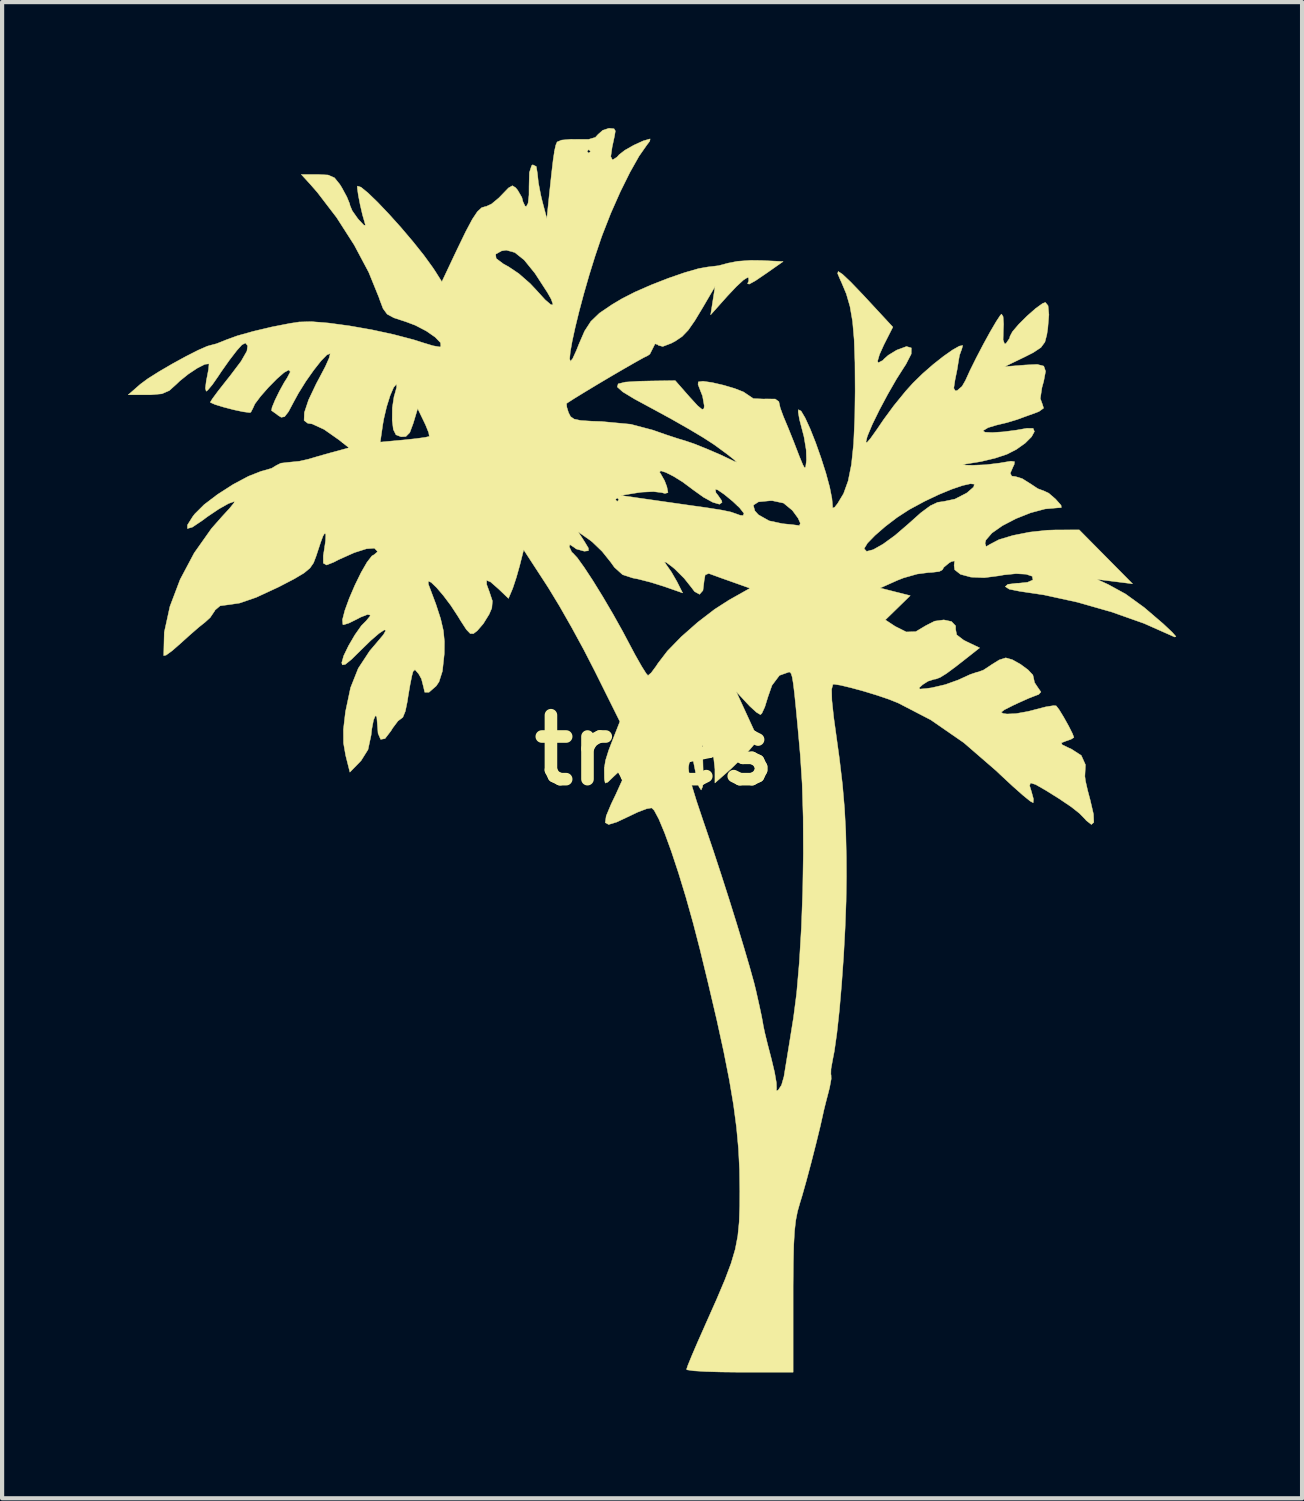
<source format=kicad_pcb>
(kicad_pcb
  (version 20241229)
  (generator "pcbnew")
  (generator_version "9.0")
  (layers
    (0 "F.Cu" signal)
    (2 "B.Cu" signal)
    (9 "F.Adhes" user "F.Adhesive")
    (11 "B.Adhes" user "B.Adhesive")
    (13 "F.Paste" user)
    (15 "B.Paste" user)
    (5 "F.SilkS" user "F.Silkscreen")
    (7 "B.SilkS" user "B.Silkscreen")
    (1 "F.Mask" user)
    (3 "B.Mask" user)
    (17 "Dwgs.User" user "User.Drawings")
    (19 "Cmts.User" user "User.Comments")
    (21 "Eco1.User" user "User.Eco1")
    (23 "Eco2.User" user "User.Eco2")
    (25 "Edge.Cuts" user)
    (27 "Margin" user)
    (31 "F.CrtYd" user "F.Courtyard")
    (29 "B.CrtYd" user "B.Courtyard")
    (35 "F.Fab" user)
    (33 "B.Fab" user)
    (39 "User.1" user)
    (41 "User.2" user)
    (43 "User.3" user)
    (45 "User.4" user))
  (footprint "trees"
    (layer "F.Cu")
    (at 12.542 14.822)
    (property "Reference" "trees" (at 0 0 0) (layer "F.SilkS") (effects (font (size 1.524 1.524) (thickness 0.3))))
    (attr through_hole)
    (fp_poly (pts (xy -0.964 -14.805) (xy -0.933 -14.753) (xy -0.952 -14.636) (xy -0.997 -14.426) (xy -1.009 -14.372) (xy -1.042 -14.143) (xy -1.002 -14.061) (xy -0.893 -14.13) (xy -0.843 -14.187) (xy -0.708 -14.292) (xy -0.493 -14.414) (xy -0.27 -14.516) (xy -0.11 -14.562) (xy -0.104 -14.563) (xy -0.114 -14.509) (xy -0.185 -14.415) (xy -0.368 -14.153) (xy -0.584 -13.77) (xy -0.815 -13.304) (xy -1.041 -12.794) (xy -1.243 -12.278) (xy -1.272 -12.197) (xy -1.419 -11.761) (xy -1.558 -11.314) (xy -1.685 -10.872) (xy -1.797 -10.452) (xy -1.89 -10.071) (xy -1.961 -9.745) (xy -2.006 -9.491) (xy -2.022 -9.325) (xy -2.005 -9.264) (xy -1.952 -9.325) (xy -1.86 -9.525) (xy -1.798 -9.681) (xy -1.666 -9.985) (xy -1.516 -10.216) (xy -1.31 -10.414) (xy -1.009 -10.618) (xy -0.775 -10.757) (xy -0.466 -10.915) (xy -0.085 -11.082) (xy 0.324 -11.242) (xy 0.717 -11.378) (xy 1.05 -11.474) (xy 1.278 -11.514) (xy 1.293 -11.515) (xy 1.526 -11.543) (xy 1.754 -11.604) (xy 1.979 -11.648) (xy 2.292 -11.67) (xy 2.537 -11.667) (xy 3.064 -11.642) (xy 2.672 -11.367) (xy 2.403 -11.184) (xy 2.255 -11.103) (xy 2.216 -11.117) (xy 2.244 -11.176) (xy 2.241 -11.254) (xy 2.213 -11.261) (xy 2.119 -11.202) (xy 1.951 -11.047) (xy 1.744 -10.828) (xy 1.733 -10.816) (xy 1.337 -10.372) (xy 1.39 -10.71) (xy 1.443 -11.049) (xy 1.166 -10.575) (xy 0.961 -10.234) (xy 0.802 -10.006) (xy 0.658 -9.856) (xy 0.497 -9.747) (xy 0.399 -9.695) (xy 0.197 -9.618) (xy 0.091 -9.646) (xy 0.078 -9.662) (xy 0.013 -9.682) (xy -0.039 -9.579) (xy -0.111 -9.436) (xy -0.165 -9.398) (xy -0.251 -9.357) (xy -0.447 -9.248) (xy -0.721 -9.091) (xy -1.038 -8.906) (xy -1.365 -8.712) (xy -1.668 -8.529) (xy -1.914 -8.378) (xy -2.068 -8.279) (xy -2.097 -8.257) (xy -2.089 -8.173) (xy -2.049 -8.043) (xy -2 -7.948) (xy -1.916 -7.889) (xy -1.759 -7.855) (xy -1.492 -7.838) (xy -1.264 -7.831) (xy -0.569 -7.766) (xy -0.042 -7.627) (xy 0.272 -7.517) (xy 0.561 -7.422) (xy 0.72 -7.375) (xy 0.936 -7.302) (xy 1.239 -7.181) (xy 1.565 -7.041) (xy 1.848 -6.907) (xy 1.905 -6.878) (xy 1.958 -6.861) (xy 1.892 -6.926) (xy 1.727 -7.056) (xy 1.483 -7.235) (xy 1.397 -7.296) (xy 1.157 -7.451) (xy 0.812 -7.657) (xy 0.406 -7.888) (xy -0.016 -8.118) (xy -0.042 -8.132) (xy -0.475 -8.366) (xy -0.757 -8.537) (xy -0.887 -8.654) (xy -0.866 -8.728) (xy -0.695 -8.77) (xy -0.375 -8.79) (xy -0.071 -8.797) (xy 0.494 -8.805) (xy 0.839 -8.412) (xy 1.028 -8.206) (xy 1.134 -8.119) (xy 1.178 -8.137) (xy 1.185 -8.206) (xy 1.144 -8.438) (xy 1.094 -8.564) (xy 1.037 -8.713) (xy 1.043 -8.775) (xy 1.155 -8.79) (xy 1.372 -8.759) (xy 1.641 -8.697) (xy 1.908 -8.618) (xy 2.12 -8.535) (xy 2.221 -8.467) (xy 2.355 -8.377) (xy 2.61 -8.366) (xy 2.633 -8.368) (xy 2.875 -8.367) (xy 2.963 -8.304) (xy 2.963 -8.298) (xy 2.995 -8.155) (xy 3.072 -7.945) (xy 3.079 -7.929) (xy 3.188 -7.669) (xy 3.307 -7.372) (xy 3.326 -7.324) (xy 3.454 -6.992) (xy 3.534 -6.799) (xy 3.577 -6.724) (xy 3.6 -6.749) (xy 3.614 -6.856) (xy 3.62 -6.916) (xy 3.613 -7.155) (xy 3.562 -7.463) (xy 3.519 -7.629) (xy 3.453 -7.881) (xy 3.423 -8.059) (xy 3.428 -8.113) (xy 3.492 -8.08) (xy 3.589 -7.916) (xy 3.709 -7.653) (xy 3.839 -7.325) (xy 3.967 -6.963) (xy 4.083 -6.6) (xy 4.173 -6.267) (xy 4.226 -5.998) (xy 4.236 -5.888) (xy 4.245 -5.768) (xy 4.293 -5.79) (xy 4.361 -5.876) (xy 4.504 -6.114) (xy 4.613 -6.416) (xy 4.691 -6.805) (xy 4.743 -7.302) (xy 4.771 -7.928) (xy 4.779 -8.551) (xy 4.775 -9.236) (xy 4.756 -9.781) (xy 4.718 -10.216) (xy 4.657 -10.57) (xy 4.569 -10.873) (xy 4.451 -11.154) (xy 4.43 -11.197) (xy 4.362 -11.357) (xy 4.376 -11.406) (xy 4.478 -11.339) (xy 4.675 -11.153) (xy 4.972 -10.843) (xy 5.062 -10.746) (xy 5.678 -10.081) (xy 5.462 -9.655) (xy 5.359 -9.426) (xy 5.314 -9.271) (xy 5.328 -9.229) (xy 5.444 -9.29) (xy 5.461 -9.314) (xy 5.568 -9.409) (xy 5.756 -9.524) (xy 5.772 -9.533) (xy 6.002 -9.618) (xy 6.118 -9.584) (xy 6.115 -9.439) (xy 5.989 -9.194) (xy 5.947 -9.13) (xy 5.761 -8.837) (xy 5.555 -8.478) (xy 5.355 -8.103) (xy 5.188 -7.762) (xy 5.079 -7.502) (xy 5.064 -7.459) (xy 5.037 -7.344) (xy 5.06 -7.329) (xy 5.144 -7.425) (xy 5.299 -7.643) (xy 5.456 -7.874) (xy 5.7 -8.206) (xy 5.986 -8.557) (xy 6.157 -8.746) (xy 6.389 -8.973) (xy 6.64 -9.192) (xy 6.885 -9.385) (xy 7.1 -9.536) (xy 7.261 -9.627) (xy 7.342 -9.642) (xy 7.321 -9.562) (xy 7.266 -9.41) (xy 7.244 -9.287) (xy 7.21 -9.073) (xy 7.158 -8.817) (xy 7.158 -8.816) (xy 7.129 -8.625) (xy 7.164 -8.562) (xy 7.209 -8.568) (xy 7.326 -8.668) (xy 7.408 -8.81) (xy 7.517 -9.05) (xy 7.665 -9.348) (xy 7.831 -9.666) (xy 7.995 -9.965) (xy 8.138 -10.209) (xy 8.237 -10.36) (xy 8.267 -10.39) (xy 8.304 -10.33) (xy 8.316 -10.149) (xy 8.31 -10.022) (xy 8.304 -9.775) (xy 8.339 -9.681) (xy 8.373 -9.689) (xy 8.461 -9.818) (xy 8.467 -9.858) (xy 8.526 -9.97) (xy 8.676 -10.146) (xy 8.875 -10.344) (xy 9.078 -10.523) (xy 9.243 -10.642) (xy 9.311 -10.668) (xy 9.375 -10.59) (xy 9.395 -10.375) (xy 9.368 -10.047) (xy 9.346 -9.901) (xy 9.3 -9.724) (xy 9.205 -9.594) (xy 9.021 -9.472) (xy 8.818 -9.369) (xy 8.34 -9.138) (xy 8.826 -9.177) (xy 9.118 -9.191) (xy 9.273 -9.151) (xy 9.316 -9.028) (xy 9.271 -8.789) (xy 9.23 -8.642) (xy 9.19 -8.379) (xy 9.24 -8.242) (xy 9.269 -8.149) (xy 9.16 -8.07) (xy 9.09 -8.042) (xy 8.832 -7.949) (xy 8.636 -7.877) (xy 8.394 -7.804) (xy 8.15 -7.746) (xy 7.947 -7.685) (xy 7.828 -7.613) (xy 7.825 -7.61) (xy 7.872 -7.576) (xy 8.047 -7.568) (xy 8.309 -7.585) (xy 8.618 -7.625) (xy 8.869 -7.669) (xy 9.019 -7.668) (xy 9.05 -7.592) (xy 8.982 -7.467) (xy 8.831 -7.316) (xy 8.619 -7.165) (xy 8.396 -7.051) (xy 8.116 -6.958) (xy 7.781 -6.878) (xy 7.662 -6.858) (xy 7.422 -6.82) (xy 7.341 -6.801) (xy 7.411 -6.792) (xy 7.578 -6.788) (xy 7.895 -6.801) (xy 8.23 -6.842) (xy 8.273 -6.85) (xy 8.491 -6.886) (xy 8.577 -6.874) (xy 8.567 -6.804) (xy 8.548 -6.767) (xy 8.475 -6.599) (xy 8.509 -6.53) (xy 8.601 -6.519) (xy 8.76 -6.47) (xy 8.951 -6.35) (xy 8.952 -6.35) (xy 9.131 -6.231) (xy 9.266 -6.181) (xy 9.268 -6.181) (xy 9.39 -6.124) (xy 9.552 -5.985) (xy 9.563 -5.973) (xy 9.685 -5.835) (xy 9.691 -5.78) (xy 9.599 -5.774) (xy 9.303 -5.748) (xy 8.96 -5.656) (xy 8.61 -5.517) (xy 8.289 -5.35) (xy 8.038 -5.174) (xy 7.894 -5.007) (xy 7.874 -4.933) (xy 7.899 -4.851) (xy 7.996 -4.907) (xy 8.208 -5.018) (xy 8.539 -5.117) (xy 8.938 -5.196) (xy 9.355 -5.241) (xy 9.567 -5.248) (xy 10.118 -5.249) (xy 10.753 -4.607) (xy 11.388 -3.965) (xy 10.541 -4.071) (xy 10.812 -3.946) (xy 11.222 -3.721) (xy 11.665 -3.4) (xy 12.115 -3.015) (xy 12.331 -2.812) (xy 12.422 -2.709) (xy 12.391 -2.697) (xy 12.319 -2.729) (xy 11.661 -3.021) (xy 10.894 -3.292) (xy 10.079 -3.525) (xy 9.278 -3.7) (xy 8.701 -3.786) (xy 8.451 -3.836) (xy 8.356 -3.898) (xy 8.417 -3.952) (xy 8.638 -3.979) (xy 8.678 -3.979) (xy 8.887 -4.001) (xy 9.011 -4.055) (xy 9.015 -4.062) (xy 8.998 -4.144) (xy 8.851 -4.193) (xy 8.612 -4.206) (xy 8.316 -4.176) (xy 8.209 -4.156) (xy 7.854 -4.11) (xy 7.536 -4.124) (xy 7.29 -4.19) (xy 7.151 -4.299) (xy 7.137 -4.403) (xy 7.149 -4.511) (xy 7.07 -4.493) (xy 7.018 -4.462) (xy 6.891 -4.357) (xy 6.858 -4.298) (xy 6.783 -4.257) (xy 6.596 -4.235) (xy 6.53 -4.233) (xy 6.255 -4.197) (xy 5.932 -4.105) (xy 5.789 -4.049) (xy 5.376 -3.864) (xy 5.734 -3.773) (xy 6.092 -3.683) (xy 5.796 -3.394) (xy 5.499 -3.105) (xy 5.734 -2.95) (xy 5.998 -2.818) (xy 6.223 -2.825) (xy 6.466 -2.97) (xy 6.673 -3.075) (xy 6.892 -3.105) (xy 7.075 -3.066) (xy 7.173 -2.963) (xy 7.173 -2.881) (xy 7.199 -2.749) (xy 7.365 -2.622) (xy 7.439 -2.585) (xy 7.745 -2.439) (xy 7.515 -2.257) (xy 7.183 -1.997) (xy 6.955 -1.828) (xy 6.803 -1.734) (xy 6.703 -1.696) (xy 6.67 -1.693) (xy 6.515 -1.644) (xy 6.387 -1.562) (xy 6.302 -1.485) (xy 6.323 -1.457) (xy 6.475 -1.47) (xy 6.604 -1.488) (xy 6.926 -1.563) (xy 7.241 -1.676) (xy 7.299 -1.703) (xy 7.519 -1.804) (xy 7.682 -1.859) (xy 7.709 -1.863) (xy 7.838 -1.911) (xy 8.016 -2.028) (xy 8.02 -2.032) (xy 8.211 -2.151) (xy 8.367 -2.201) (xy 8.367 -2.201) (xy 8.523 -2.157) (xy 8.717 -2.049) (xy 8.898 -1.915) (xy 9.013 -1.792) (xy 9.027 -1.736) (xy 9.053 -1.612) (xy 9.124 -1.505) (xy 9.205 -1.388) (xy 9.152 -1.329) (xy 9.092 -1.307) (xy 8.922 -1.241) (xy 8.676 -1.131) (xy 8.551 -1.073) (xy 8.335 -0.964) (xy 8.257 -0.905) (xy 8.304 -0.876) (xy 8.397 -0.863) (xy 8.609 -0.872) (xy 8.898 -0.924) (xy 9.064 -0.967) (xy 9.32 -1.033) (xy 9.508 -1.063) (xy 9.569 -1.057) (xy 9.637 -0.969) (xy 9.747 -0.789) (xy 9.865 -0.578) (xy 9.957 -0.395) (xy 9.991 -0.304) (xy 9.921 -0.26) (xy 9.8 -0.218) (xy 9.694 -0.177) (xy 9.709 -0.132) (xy 9.862 -0.058) (xy 9.927 -0.03) (xy 10.166 0.124) (xy 10.266 0.346) (xy 10.252 0.621) (xy 10.267 0.734) (xy 10.318 0.958) (xy 10.381 1.195) (xy 10.457 1.523) (xy 10.465 1.718) (xy 10.407 1.77) (xy 10.285 1.674) (xy 10.26 1.644) (xy 10.126 1.506) (xy 9.929 1.35) (xy 9.637 1.153) (xy 9.322 0.956) (xy 9.081 0.818) (xy 8.959 0.779) (xy 8.935 0.842) (xy 8.979 0.985) (xy 9.027 1.161) (xy 9.021 1.252) (xy 8.948 1.212) (xy 8.778 1.074) (xy 8.533 0.857) (xy 8.237 0.582) (xy 8.144 0.493) (xy 7.369 -0.178) (xy 6.581 -0.723) (xy 5.805 -1.125) (xy 5.585 -1.213) (xy 5.305 -1.308) (xy 4.991 -1.404) (xy 4.687 -1.487) (xy 4.434 -1.548) (xy 4.278 -1.573) (xy 4.25 -1.569) (xy 4.219 -1.451) (xy 4.225 -1.191) (xy 4.269 -0.78) (xy 4.301 -0.55) (xy 4.403 0.189) (xy 4.477 0.815) (xy 4.526 1.382) (xy 4.556 1.941) (xy 4.57 2.547) (xy 4.572 3.013) (xy 4.564 3.597) (xy 4.54 4.241) (xy 4.504 4.911) (xy 4.457 5.573) (xy 4.404 6.193) (xy 4.345 6.735) (xy 4.284 7.167) (xy 4.242 7.383) (xy 4.204 7.594) (xy 4.201 7.723) (xy 4.206 7.734) (xy 4.209 7.831) (xy 4.172 8.032) (xy 4.145 8.14) (xy 4.079 8.394) (xy 4.03 8.592) (xy 4.021 8.636) (xy 3.951 8.949) (xy 3.85 9.363) (xy 3.734 9.819) (xy 3.616 10.261) (xy 3.512 10.629) (xy 3.463 10.788) (xy 3.407 10.985) (xy 3.365 11.198) (xy 3.336 11.454) (xy 3.317 11.783) (xy 3.307 12.211) (xy 3.302 12.769) (xy 3.302 13.053) (xy 3.302 14.817) (xy 2.032 14.817) (xy 1.59 14.812) (xy 1.215 14.801) (xy 0.936 14.784) (xy 0.783 14.762) (xy 0.762 14.75) (xy 0.795 14.652) (xy 0.885 14.431) (xy 1.019 14.118) (xy 1.185 13.744) (xy 1.217 13.671) (xy 1.48 13.08) (xy 1.679 12.609) (xy 1.824 12.223) (xy 1.923 11.888) (xy 1.984 11.571) (xy 2.017 11.239) (xy 2.03 10.856) (xy 2.032 10.503) (xy 2.025 9.99) (xy 2 9.492) (xy 1.953 8.985) (xy 1.882 8.447) (xy 1.782 7.855) (xy 1.65 7.186) (xy 1.482 6.418) (xy 1.273 5.527) (xy 1.082 4.741) (xy 0.92 4.115) (xy 0.748 3.502) (xy 0.572 2.926) (xy 0.401 2.409) (xy 0.242 1.973) (xy 0.103 1.64) (xy -0.008 1.433) (xy -0.068 1.374) (xy -0.187 1.394) (xy -0.4 1.475) (xy -0.583 1.562) (xy -0.898 1.711) (xy -1.092 1.77) (xy -1.174 1.726) (xy -1.151 1.566) (xy -1.031 1.279) (xy -0.919 1.046) (xy -0.768 0.712) (xy -0.71 0.514) (xy -0.744 0.453) (xy -0.871 0.531) (xy -0.969 0.622) (xy -1.112 0.76) (xy -1.174 0.783) (xy -1.193 0.695) (xy -1.195 0.652) (xy -1.197 0.438) (xy -1.194 0.414) (xy 0.807 0.414) (xy 0.826 0.585) (xy 0.888 0.842) (xy 1 1.208) (xy 1.166 1.703) (xy 1.225 1.875) (xy 1.397 2.382) (xy 1.584 2.951) (xy 1.775 3.546) (xy 1.959 4.136) (xy 2.126 4.687) (xy 2.267 5.167) (xy 2.371 5.541) (xy 2.414 5.715) (xy 2.498 6.09) (xy 2.552 6.343) (xy 2.584 6.517) (xy 2.591 6.562) (xy 2.625 6.724) (xy 2.691 6.994) (xy 2.775 7.318) (xy 2.786 7.36) (xy 2.86 7.671) (xy 2.903 7.92) (xy 2.908 8.061) (xy 2.903 8.072) (xy 2.909 8.113) (xy 2.947 8.096) (xy 3.025 7.978) (xy 3.084 7.773) (xy 3.085 7.765) (xy 3.115 7.579) (xy 3.166 7.268) (xy 3.23 6.873) (xy 3.3 6.436) (xy 3.308 6.392) (xy 3.386 5.786) (xy 3.45 5.05) (xy 3.499 4.223) (xy 3.531 3.345) (xy 3.545 2.455) (xy 3.541 1.592) (xy 3.517 0.796) (xy 3.472 0.105) (xy 3.47 0.085) (xy 3.414 -0.538) (xy 3.369 -1.011) (xy 3.334 -1.357) (xy 3.305 -1.594) (xy 3.28 -1.743) (xy 3.255 -1.824) (xy 3.229 -1.857) (xy 3.204 -1.863) (xy 2.976 -1.782) (xy 2.798 -1.545) (xy 2.702 -1.271) (xy 2.628 -1.032) (xy 2.557 -0.878) (xy 2.523 -0.847) (xy 2.428 -0.904) (xy 2.27 -1.048) (xy 2.2 -1.122) (xy 1.946 -1.397) (xy 2.209 -0.826) (xy 2.471 -0.255) (xy 2.264 -0.009) (xy 2.067 0.205) (xy 1.824 0.44) (xy 1.748 0.508) (xy 1.439 0.78) (xy 1.439 0.451) (xy 1.41 0.19) (xy 1.337 -0.022) (xy 1.323 -0.045) (xy 1.207 -0.253) (xy 1.158 -0.381) (xy 1.141 -0.377) (xy 1.136 -0.231) (xy 1.142 0.029) (xy 1.152 0.254) (xy 1.162 0.632) (xy 1.147 0.865) (xy 1.111 0.947) (xy 1.06 0.874) (xy 0.998 0.639) (xy 0.966 0.467) (xy 0.925 0.263) (xy 0.889 0.207) (xy 0.839 0.28) (xy 0.826 0.308) (xy 0.807 0.414) (xy -1.194 0.414) (xy -1.167 0.243) (xy -1.092 0.002) (xy -1.001 -0.235) (xy -0.825 -0.683) (xy -1.423 -1.886) (xy -1.682 -2.39) (xy -1.972 -2.923) (xy -2.261 -3.43) (xy -2.518 -3.853) (xy -2.569 -3.933) (xy -3.117 -4.775) (xy -3.212 -4.398) (xy -3.291 -4.118) (xy -3.371 -3.875) (xy -3.393 -3.819) (xy -3.479 -3.616) (xy -3.713 -3.84) (xy -3.907 -4.01) (xy -4 -4.047) (xy -3.999 -3.95) (xy -3.935 -3.776) (xy -3.862 -3.556) (xy -3.876 -3.386) (xy -3.939 -3.239) (xy -4.079 -3.013) (xy -4.224 -2.845) (xy -4.314 -2.777) (xy -4.39 -2.779) (xy -4.482 -2.875) (xy -4.619 -3.086) (xy -4.683 -3.191) (xy -4.852 -3.449) (xy -5.029 -3.684) (xy -5.191 -3.874) (xy -5.319 -3.997) (xy -5.391 -4.031) (xy -5.386 -3.953) (xy -5.38 -3.937) (xy -5.208 -3.479) (xy -5.095 -3.131) (xy -5.03 -2.85) (xy -5.005 -2.592) (xy -5.008 -2.312) (xy -5.011 -2.271) (xy -5.053 -1.883) (xy -5.134 -1.629) (xy -5.201 -1.53) (xy -5.372 -1.381) (xy -5.474 -1.381) (xy -5.503 -1.508) (xy -5.552 -1.699) (xy -5.618 -1.818) (xy -5.706 -1.919) (xy -5.752 -1.877) (xy -5.781 -1.77) (xy -5.823 -1.561) (xy -5.871 -1.277) (xy -5.888 -1.164) (xy -5.936 -0.93) (xy -5.995 -0.785) (xy -6.024 -0.762) (xy -6.112 -0.696) (xy -6.237 -0.529) (xy -6.28 -0.459) (xy -6.42 -0.277) (xy -6.524 -0.258) (xy -6.586 -0.401) (xy -6.603 -0.628) (xy -6.617 -0.799) (xy -6.651 -0.822) (xy -6.694 -0.718) (xy -6.735 -0.505) (xy -6.751 -0.361) (xy -6.825 -0.015) (xy -6.99 0.248) (xy -7.023 0.283) (xy -7.257 0.523) (xy -7.358 0.123) (xy -7.409 -0.171) (xy -7.411 -0.493) (xy -7.363 -0.908) (xy -7.361 -0.921) (xy -7.241 -1.489) (xy -7.058 -1.95) (xy -6.786 -2.364) (xy -6.633 -2.544) (xy -6.458 -2.752) (xy -6.398 -2.858) (xy -6.438 -2.866) (xy -6.563 -2.783) (xy -6.757 -2.616) (xy -6.981 -2.398) (xy -7.22 -2.163) (xy -7.366 -2.045) (xy -7.437 -2.033) (xy -7.451 -2.085) (xy -7.405 -2.249) (xy -7.289 -2.489) (xy -7.138 -2.747) (xy -6.984 -2.966) (xy -6.866 -3.085) (xy -6.779 -3.191) (xy -6.773 -3.221) (xy -6.838 -3.233) (xy -6.999 -3.17) (xy -7.08 -3.127) (xy -7.278 -3.029) (xy -7.406 -2.989) (xy -7.424 -2.993) (xy -7.434 -3.109) (xy -7.377 -3.33) (xy -7.272 -3.619) (xy -7.137 -3.933) (xy -6.99 -4.233) (xy -6.849 -4.478) (xy -6.732 -4.629) (xy -6.681 -4.657) (xy -6.606 -4.721) (xy -6.604 -4.741) (xy -6.672 -4.813) (xy -6.862 -4.799) (xy -7.154 -4.706) (xy -7.525 -4.54) (xy -7.64 -4.48) (xy -7.812 -4.412) (xy -7.89 -4.456) (xy -7.891 -4.632) (xy -7.87 -4.763) (xy -7.857 -4.848) (xy -2.032 -4.848) (xy -1.97 -4.716) (xy -1.947 -4.699) (xy -1.842 -4.587) (xy -1.676 -4.356) (xy -1.465 -4.035) (xy -1.229 -3.652) (xy -0.986 -3.238) (xy -0.753 -2.821) (xy -0.635 -2.598) (xy -0.459 -2.267) (xy -0.307 -1.999) (xy -0.199 -1.828) (xy -0.155 -1.779) (xy -0.079 -1.844) (xy 0.041 -2.006) (xy 0.081 -2.068) (xy 0.307 -2.363) (xy 0.637 -2.702) (xy 1.027 -3.046) (xy 1.432 -3.357) (xy 1.771 -3.575) (xy 2.275 -3.859) (xy 1.836 -4.015) (xy 1.571 -4.109) (xy 1.365 -4.184) (xy 1.291 -4.211) (xy 1.207 -4.176) (xy 1.184 -4.052) (xy 1.154 -3.806) (xy 1.073 -3.714) (xy 0.954 -3.78) (xy 0.88 -3.878) (xy 0.708 -4.094) (xy 0.481 -4.32) (xy 0.423 -4.368) (xy 0.28 -4.475) (xy 0.235 -4.486) (xy 0.265 -4.442) (xy 0.402 -4.246) (xy 0.537 -4.012) (xy 0.67 -3.747) (xy 0.229 -3.901) (xy -0.087 -4) (xy -0.395 -4.079) (xy -0.519 -4.103) (xy -0.761 -4.182) (xy -0.954 -4.356) (xy -1.043 -4.48) (xy -1.247 -4.735) (xy -1.314 -4.8) (xy 4.995 -4.8) (xy 5.053 -4.737) (xy 5.21 -4.778) (xy 5.444 -4.91) (xy 5.73 -5.118) (xy 6.036 -5.381) (xy 6.342 -5.654) (xy 6.568 -5.822) (xy 6.746 -5.906) (xy 6.894 -5.927) (xy 7.157 -5.983) (xy 7.431 -6.124) (xy 7.451 -6.138) (xy 7.602 -6.27) (xy 7.62 -6.338) (xy 7.525 -6.348) (xy 7.339 -6.306) (xy 7.08 -6.218) (xy 6.772 -6.091) (xy 6.433 -5.93) (xy 6.085 -5.742) (xy 6.054 -5.724) (xy 5.777 -5.544) (xy 5.498 -5.331) (xy 5.252 -5.117) (xy 5.072 -4.932) (xy 4.996 -4.807) (xy 4.995 -4.8) (xy -1.314 -4.8) (xy -1.483 -4.962) (xy -1.54 -5.006) (xy -1.82 -5.204) (xy -1.67 -4.973) (xy -1.575 -4.815) (xy -1.575 -4.752) (xy -1.671 -4.741) (xy -1.674 -4.741) (xy -1.863 -4.794) (xy -1.93 -4.843) (xy -2.016 -4.898) (xy -2.032 -4.848) (xy -7.857 -4.848) (xy -7.837 -4.989) (xy -7.831 -5.134) (xy -7.837 -5.156) (xy -7.863 -5.16) (xy -7.898 -5.101) (xy -7.955 -4.947) (xy -8.047 -4.667) (xy -8.063 -4.619) (xy -8.123 -4.462) (xy -8.209 -4.338) (xy -8.351 -4.22) (xy -8.581 -4.083) (xy -8.929 -3.902) (xy -8.975 -3.879) (xy -9.489 -3.641) (xy -9.881 -3.506) (xy -10.099 -3.473) (xy -10.348 -3.44) (xy -10.469 -3.338) (xy -10.475 -3.323) (xy -10.586 -3.159) (xy -10.705 -3.051) (xy -10.859 -2.928) (xy -11.082 -2.734) (xy -11.282 -2.553) (xy -11.486 -2.374) (xy -11.634 -2.266) (xy -11.692 -2.253) (xy -11.679 -2.809) (xy -11.544 -3.425) (xy -11.301 -4.067) (xy -10.966 -4.698) (xy -10.555 -5.28) (xy -10.302 -5.567) (xy -10.127 -5.757) (xy -10.021 -5.887) (xy -10.006 -5.927) (xy -10.146 -5.878) (xy -10.375 -5.749) (xy -10.649 -5.565) (xy -10.777 -5.47) (xy -11.009 -5.314) (xy -11.127 -5.281) (xy -11.126 -5.366) (xy -11.001 -5.565) (xy -10.951 -5.63) (xy -10.73 -5.85) (xy -10.573 -5.969) (xy -0.931 -5.969) (xy -0.889 -5.927) (xy -0.847 -5.969) (xy -0.889 -6.011) (xy -0.931 -5.969) (xy -10.573 -5.969) (xy -10.441 -6.069) (xy -0.804 -6.069) (xy -0.042 -5.96) (xy 0.391 -5.898) (xy 0.846 -5.833) (xy 1.237 -5.778) (xy 1.298 -5.769) (xy 1.594 -5.722) (xy 1.819 -5.675) (xy 1.925 -5.638) (xy 1.926 -5.638) (xy 2.045 -5.595) (xy 2.11 -5.592) (xy 2.132 -5.641) (xy 2.027 -5.775) (xy 1.961 -5.837) (xy 2.353 -5.837) (xy 2.39 -5.703) (xy 2.475 -5.609) (xy 2.73 -5.465) (xy 3.048 -5.397) (xy 3.28 -5.374) (xy 3.427 -5.355) (xy 3.45 -5.349) (xy 3.471 -5.397) (xy 3.471 -5.414) (xy 3.421 -5.527) (xy 3.297 -5.697) (xy 3.278 -5.719) (xy 3.074 -5.887) (xy 2.813 -5.943) (xy 2.761 -5.944) (xy 2.477 -5.917) (xy 2.353 -5.837) (xy 1.961 -5.837) (xy 1.866 -5.927) (xy 1.66 -6.096) (xy 1.507 -6.201) (xy 1.448 -6.218) (xy 1.463 -6.134) (xy 1.508 -6.078) (xy 1.597 -5.95) (xy 1.609 -5.904) (xy 1.548 -5.86) (xy 1.389 -5.906) (xy 1.166 -6.028) (xy 0.912 -6.21) (xy 0.886 -6.23) (xy 0.672 -6.389) (xy 0.457 -6.523) (xy 0.271 -6.617) (xy 0.148 -6.657) (xy 0.121 -6.625) (xy 0.146 -6.586) (xy 0.24 -6.42) (xy 0.294 -6.278) (xy 0.321 -6.137) (xy 0.249 -6.116) (xy 0.169 -6.138) (xy -0.027 -6.161) (xy -0.3 -6.148) (xy -0.411 -6.133) (xy -0.804 -6.069) (xy -10.441 -6.069) (xy -10.407 -6.095) (xy -10.038 -6.332) (xy -9.674 -6.526) (xy -9.369 -6.646) (xy -9.316 -6.659) (xy -9.119 -6.717) (xy -9.01 -6.784) (xy -9.01 -6.784) (xy -8.901 -6.838) (xy -8.728 -6.858) (xy -8.463 -6.884) (xy -8.246 -6.933) (xy -8.003 -7.005) (xy -7.708 -7.088) (xy -7.639 -7.106) (xy -7.278 -7.205) (xy -7.449 -7.34) (xy -6.534 -7.34) (xy -5.964 -7.393) (xy -5.673 -7.424) (xy -5.458 -7.454) (xy -5.365 -7.476) (xy -5.365 -7.476) (xy -5.379 -7.563) (xy -5.452 -7.745) (xy -5.489 -7.823) (xy -5.642 -8.139) (xy -5.747 -7.79) (xy -5.83 -7.567) (xy -5.923 -7.473) (xy -6.037 -7.467) (xy -6.159 -7.514) (xy -6.222 -7.641) (xy -6.249 -7.861) (xy -6.246 -8.157) (xy -6.205 -8.426) (xy -6.19 -8.475) (xy -6.143 -8.645) (xy -6.145 -8.72) (xy -6.147 -8.721) (xy -6.214 -8.645) (xy -6.298 -8.45) (xy -6.382 -8.182) (xy -6.451 -7.887) (xy -6.474 -7.755) (xy -6.534 -7.34) (xy -7.449 -7.34) (xy -7.513 -7.391) (xy -7.872 -7.643) (xy -8.155 -7.773) (xy -8.261 -7.789) (xy -8.348 -7.856) (xy -8.341 -8.045) (xy -8.242 -8.343) (xy -8.056 -8.735) (xy -7.982 -8.873) (xy -7.842 -9.139) (xy -7.751 -9.343) (xy -7.726 -9.446) (xy -7.728 -9.449) (xy -7.804 -9.419) (xy -7.943 -9.277) (xy -8.118 -9.055) (xy -8.307 -8.787) (xy -8.482 -8.506) (xy -8.588 -8.312) (xy -8.72 -8.064) (xy -8.812 -7.946) (xy -8.892 -7.931) (xy -8.958 -7.971) (xy -9.083 -8.063) (xy -9.124 -8.091) (xy -9.111 -8.168) (xy -9.04 -8.34) (xy -8.935 -8.555) (xy -8.822 -8.76) (xy -8.752 -8.869) (xy -8.676 -9.014) (xy -8.713 -9.059) (xy -8.823 -8.999) (xy -8.997 -8.847) (xy -9.198 -8.643) (xy -9.385 -8.43) (xy -9.521 -8.249) (xy -9.566 -8.149) (xy -9.617 -8.051) (xy -9.646 -8.043) (xy -9.799 -8.063) (xy -10.025 -8.111) (xy -10.267 -8.174) (xy -10.47 -8.236) (xy -10.576 -8.283) (xy -10.582 -8.291) (xy -10.531 -8.374) (xy -10.397 -8.555) (xy -10.204 -8.801) (xy -10.11 -8.919) (xy -9.849 -9.265) (xy -9.71 -9.508) (xy -9.692 -9.635) (xy -9.745 -9.702) (xy -9.831 -9.656) (xy -9.952 -9.521) (xy -10.128 -9.292) (xy -10.325 -9.013) (xy -10.392 -8.911) (xy -10.535 -8.706) (xy -10.645 -8.576) (xy -10.68 -8.551) (xy -10.699 -8.624) (xy -10.677 -8.804) (xy -10.664 -8.866) (xy -10.624 -9.074) (xy -10.613 -9.196) (xy -10.617 -9.205) (xy -10.712 -9.194) (xy -10.891 -9.103) (xy -11.105 -8.961) (xy -11.308 -8.798) (xy -11.385 -8.724) (xy -11.558 -8.568) (xy -11.735 -8.491) (xy -11.988 -8.468) (xy -12.084 -8.467) (xy -12.537 -8.467) (xy -12.249 -8.719) (xy -12.072 -8.85) (xy -11.806 -9.018) (xy -11.491 -9.202) (xy -11.168 -9.379) (xy -10.875 -9.528) (xy -10.654 -9.625) (xy -10.556 -9.652) (xy -10.434 -9.684) (xy -10.237 -9.762) (xy -10.215 -9.772) (xy -9.941 -9.872) (xy -9.555 -9.98) (xy -9.116 -10.084) (xy -8.68 -10.169) (xy -8.467 -10.202) (xy -8.172 -10.21) (xy -7.756 -10.176) (xy -7.262 -10.109) (xy -6.733 -10.016) (xy -6.208 -9.902) (xy -5.732 -9.777) (xy -5.504 -9.704) (xy -5.275 -9.635) (xy -5.121 -9.608) (xy -5.09 -9.614) (xy -5.097 -9.707) (xy -5.225 -9.84) (xy -5.437 -9.987) (xy -5.698 -10.123) (xy -5.93 -10.21) (xy -6.206 -10.3) (xy -6.369 -10.388) (xy -6.467 -10.522) (xy -6.551 -10.744) (xy -6.564 -10.785) (xy -6.808 -11.386) (xy -7.155 -12.038) (xy -7.572 -12.689) (xy -8.029 -13.286) (xy -8.201 -13.483) (xy -8.414 -13.716) (xy -8.025 -13.716) (xy -7.776 -13.703) (xy -7.624 -13.637) (xy -7.497 -13.48) (xy -7.447 -13.399) (xy -7.329 -13.181) (xy -7.261 -13.015) (xy -7.255 -12.98) (xy -7.202 -12.853) (xy -7.075 -12.673) (xy -7.049 -12.641) (xy -6.924 -12.508) (xy -6.887 -12.507) (xy -6.904 -12.573) (xy -6.957 -12.756) (xy -7.012 -12.994) (xy -7.057 -13.226) (xy -7.08 -13.393) (xy -7.077 -13.44) (xy -6.993 -13.413) (xy -6.826 -13.277) (xy -6.597 -13.056) (xy -6.328 -12.773) (xy -6.04 -12.453) (xy -5.756 -12.118) (xy -5.497 -11.794) (xy -5.285 -11.502) (xy -5.218 -11.401) (xy -5.066 -11.16) (xy -4.757 -11.816) (xy -3.786 -11.816) (xy -3.772 -11.714) (xy -3.597 -11.583) (xy -3.479 -11.519) (xy -3.233 -11.354) (xy -2.964 -11.119) (xy -2.823 -10.969) (xy -2.605 -10.73) (xy -2.466 -10.612) (xy -2.416 -10.617) (xy -2.462 -10.747) (xy -2.549 -10.901) (xy -2.849 -11.363) (xy -3.104 -11.678) (xy -3.328 -11.857) (xy -3.532 -11.913) (xy -3.644 -11.895) (xy -3.786 -11.816) (xy -4.757 -11.816) (xy -4.703 -11.929) (xy -4.497 -12.355) (xy -4.341 -12.648) (xy -4.22 -12.83) (xy -4.118 -12.925) (xy -4.02 -12.954) (xy -4.01 -12.954) (xy -3.884 -13.012) (xy -3.708 -13.158) (xy -3.639 -13.229) (xy -3.479 -13.395) (xy -3.385 -13.448) (xy -3.309 -13.401) (xy -3.259 -13.34) (xy -3.16 -13.169) (xy -3.133 -13.065) (xy -3.084 -12.963) (xy -3.053 -12.954) (xy -3.012 -13.031) (xy -2.99 -13.228) (xy -2.989 -13.432) (xy -2.981 -13.761) (xy -2.927 -13.928) (xy -2.9 -13.947) (xy -2.817 -13.906) (xy -2.79 -13.744) (xy -2.766 -13.518) (xy -2.709 -13.222) (xy -2.676 -13.084) (xy -2.565 -12.665) (xy -2.505 -13.254) (xy -2.454 -13.728) (xy -2.415 -14.062) (xy -2.384 -14.266) (xy -1.609 -14.266) (xy -1.566 -14.224) (xy -1.524 -14.266) (xy -1.566 -14.309) (xy -1.609 -14.266) (xy -2.384 -14.266) (xy -2.382 -14.281) (xy -2.352 -14.415) (xy -2.321 -14.489) (xy -2.321 -14.49) (xy -2.213 -14.535) (xy -1.996 -14.554) (xy -1.846 -14.552) (xy -1.567 -14.553) (xy -1.409 -14.6) (xy -1.342 -14.673) (xy -1.234 -14.768) (xy -1.085 -14.817) (xy -0.964 -14.805)) (stroke (width 0.01) (type solid)) (fill yes) (layer "F.SilkS")))
  (gr_rect
    (start -3 -3)
    (end 27.968 32.643)
    (stroke (width 0.1) (type default))
    (fill no)
    (layer "Edge.Cuts")))
</source>
